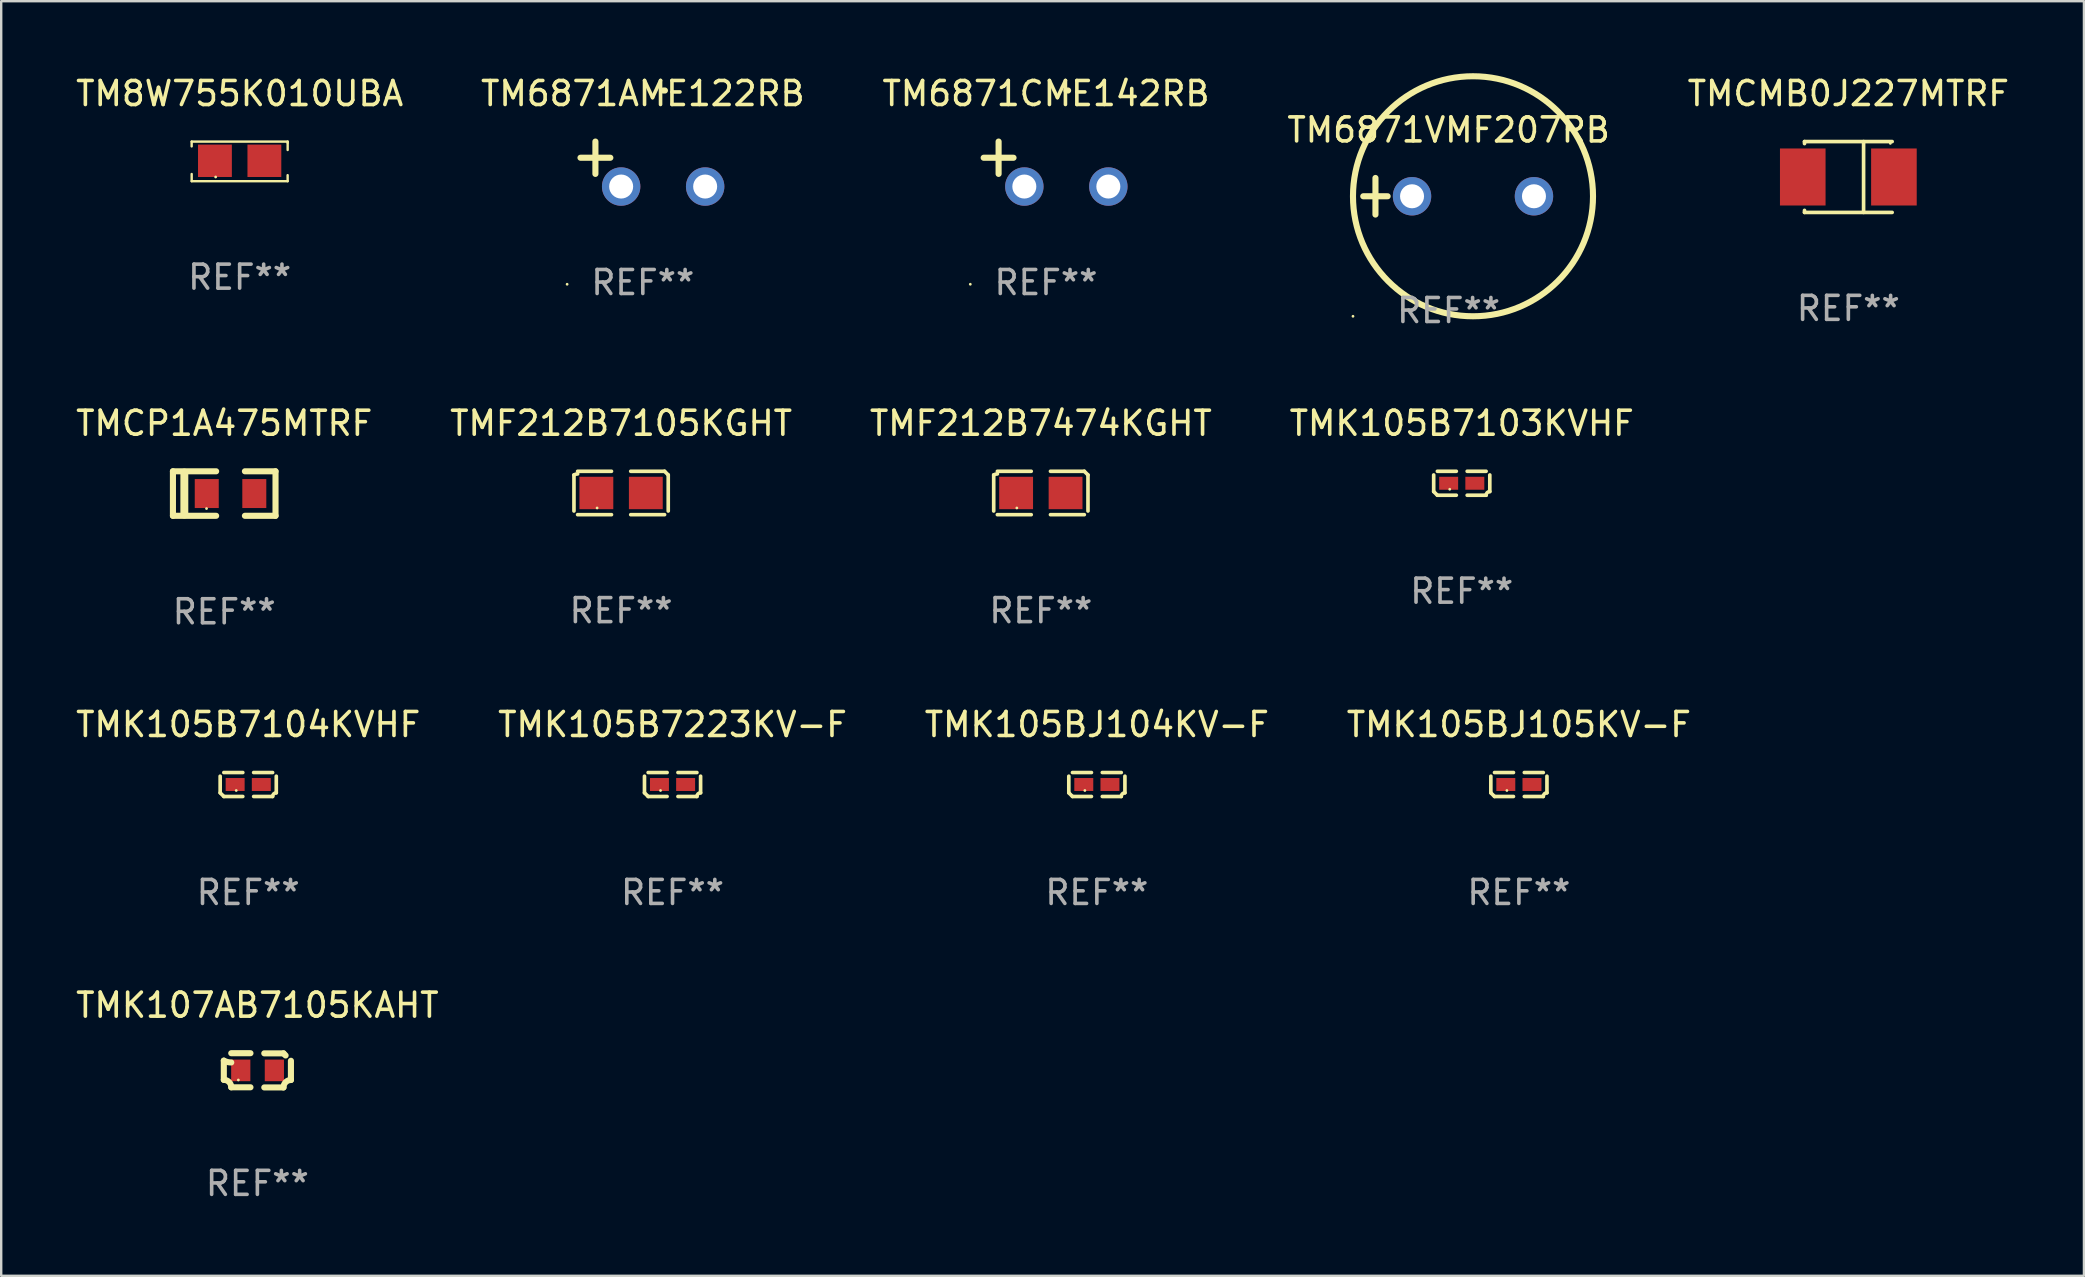
<source format=kicad_pcb>
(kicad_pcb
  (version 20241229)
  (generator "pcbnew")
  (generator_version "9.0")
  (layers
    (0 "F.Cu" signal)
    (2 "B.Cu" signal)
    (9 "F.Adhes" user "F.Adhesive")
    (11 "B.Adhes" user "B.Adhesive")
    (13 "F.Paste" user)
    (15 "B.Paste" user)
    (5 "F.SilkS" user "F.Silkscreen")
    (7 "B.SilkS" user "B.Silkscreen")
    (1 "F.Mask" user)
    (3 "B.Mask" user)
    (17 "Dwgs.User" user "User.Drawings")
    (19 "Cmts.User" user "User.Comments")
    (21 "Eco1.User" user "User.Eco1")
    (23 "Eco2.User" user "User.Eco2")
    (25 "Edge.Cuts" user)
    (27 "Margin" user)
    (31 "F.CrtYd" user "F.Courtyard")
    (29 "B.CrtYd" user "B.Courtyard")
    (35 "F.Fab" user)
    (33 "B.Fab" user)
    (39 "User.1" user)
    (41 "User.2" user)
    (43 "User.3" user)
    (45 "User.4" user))
  (footprint "TMK105BJ105KV-F"
    (layer "F.Cu")
    (at 60.232 29.635)
    (property "Reference" "TMK105BJ105KV-F" (at 0 -2.499 0) (layer "F.SilkS") (effects (font (size 1 1) (thickness 0.15))))
    (attr through_hole)
    (fp_line (start -1.169 0.346) (end -1.169 -0.346) (stroke (width 0.152) (type solid)) (layer "F.SilkS"))
    (fp_line (start -1.016 -0.499) (end -0.226 -0.499) (stroke (width 0.152) (type solid)) (layer "F.SilkS"))
    (fp_line (start -0.226 0.499) (end -1.016 0.499) (stroke (width 0.152) (type solid)) (layer "F.SilkS"))
    (fp_line (start 0.226 0.499) (end 1.016 0.499) (stroke (width 0.152) (type solid)) (layer "F.SilkS"))
    (fp_line (start 1.016 -0.499) (end 0.226 -0.499) (stroke (width 0.152) (type solid)) (layer "F.SilkS"))
    (fp_line (start 1.169 0.346) (end 1.169 -0.346) (stroke (width 0.152) (type solid)) (layer "F.SilkS"))
    (fp_arc (start -1.016307 0.498603) (mid -1.092512 0.422405) (end -1.16871 0.3462) (stroke (width 0.1524) (type solid)) (layer "F.SilkS"))
    (fp_arc (start 1.016307 0.498603) (mid 1.060899 0.390758) (end 1.168707 0.346076) (stroke (width 0.1524) (type solid)) (layer "F.SilkS"))
    (fp_circle (center -0.5 0.25) (end -0.47 0.25) (stroke (width 0.06) (type solid)) (fill no) (layer "F.SilkS"))
    (fp_text user "REF**" (at 0 4.499 0) (layer "F.Fab") (effects (font (size 1 1) (thickness 0.15))))
    (pad "1" smd rect (at -0.545 0) (size 0.79 0.54) (layers "F.Cu" "F.Mask" "F.Paste"))
    (pad "2" smd rect (at 0.545 0) (size 0.79 0.54) (layers "F.Cu" "F.Mask" "F.Paste")))
  (footprint "TMK105B7104KVHF"
    (layer "F.Cu")
    (at 7.292 29.635)
    (property "Reference" "TMK105B7104KVHF" (at 0 -2.499 0) (layer "F.SilkS") (effects (font (size 1 1) (thickness 0.15))))
    (attr through_hole)
    (fp_line (start -1.169 0.346) (end -1.169 -0.346) (stroke (width 0.152) (type solid)) (layer "F.SilkS"))
    (fp_line (start -1.016 -0.499) (end -0.226 -0.499) (stroke (width 0.152) (type solid)) (layer "F.SilkS"))
    (fp_line (start -0.226 0.499) (end -1.016 0.499) (stroke (width 0.152) (type solid)) (layer "F.SilkS"))
    (fp_line (start 0.226 0.499) (end 1.016 0.499) (stroke (width 0.152) (type solid)) (layer "F.SilkS"))
    (fp_line (start 1.016 -0.499) (end 0.226 -0.499) (stroke (width 0.152) (type solid)) (layer "F.SilkS"))
    (fp_line (start 1.169 0.346) (end 1.169 -0.346) (stroke (width 0.152) (type solid)) (layer "F.SilkS"))
    (fp_arc (start -1.016307 0.498603) (mid -1.092512 0.422405) (end -1.16871 0.3462) (stroke (width 0.1524) (type solid)) (layer "F.SilkS"))
    (fp_arc (start 1.016307 0.498603) (mid 1.060899 0.390758) (end 1.168707 0.346076) (stroke (width 0.1524) (type solid)) (layer "F.SilkS"))
    (fp_circle (center -0.5 0.25) (end -0.47 0.25) (stroke (width 0.06) (type solid)) (fill no) (layer "F.SilkS"))
    (fp_text user "REF**" (at 0 4.499 0) (layer "F.Fab") (effects (font (size 1 1) (thickness 0.15))))
    (pad "1" smd rect (at -0.545 0) (size 0.79 0.54) (layers "F.Cu" "F.Mask" "F.Paste"))
    (pad "2" smd rect (at 0.545 0) (size 0.79 0.54) (layers "F.Cu" "F.Mask" "F.Paste")))
  (footprint "TM6871VMF207RB"
    (layer "F.Cu")
    (at 57.304 5.127)
    (property "Reference" "TM6871VMF207RB" (at 0 -2.762 0) (layer "F.SilkS") (effects (font (size 1 1) (thickness 0.15))))
    (attr through_hole)
    (fp_line (start -3.556 0) (end -2.54 0) (stroke (width 0.254) (type solid)) (layer "F.SilkS"))
    (fp_line (start -3.048 -0.762) (end -3.048 0.762) (stroke (width 0.254) (type solid)) (layer "F.SilkS"))
    (fp_circle (center -3.984 5) (end -3.954 5) (stroke (width 0.06) (type solid)) (fill no) (layer "F.SilkS"))
    (fp_circle (center 1.016 0) (end 6.016 0) (stroke (width 0.254) (type solid)) (fill no) (layer "F.SilkS"))
    (fp_text user "REF**" (at 0 4.762 0) (layer "F.Fab") (effects (font (size 1 1) (thickness 0.15))))
    (pad "1" thru_hole circle (at -1.524 0) (size 1.6 1.6) (drill 1) (layers "*.Cu" "*.Mask"))
    (pad "2" thru_hole circle (at 3.556 0) (size 1.6 1.6) (drill 1) (layers "*.Cu" "*.Mask")))
  (footprint "TMF212B7105KGHT"
    (layer "F.Cu")
    (at 22.827 17.489)
    (property "Reference" "TMF212B7105KGHT" (at 0 -2.904 0) (layer "F.SilkS") (effects (font (size 1 1) (thickness 0.15))))
    (attr through_hole)
    (fp_line (start -1.964 0.751) (end -1.964 -0.751) (stroke (width 0.152) (type solid)) (layer "F.SilkS"))
    (fp_line (start -1.811 -0.904) (end -0.401 -0.904) (stroke (width 0.152) (type solid)) (layer "F.SilkS"))
    (fp_line (start -0.401 0.904) (end -1.811 0.904) (stroke (width 0.152) (type solid)) (layer "F.SilkS"))
    (fp_line (start 0.401 0.904) (end 1.811 0.904) (stroke (width 0.152) (type solid)) (layer "F.SilkS"))
    (fp_line (start 1.811 -0.904) (end 0.401 -0.904) (stroke (width 0.152) (type solid)) (layer "F.SilkS"))
    (fp_line (start 1.964 0.751) (end 1.964 -0.751) (stroke (width 0.152) (type solid)) (layer "F.SilkS"))
    (fp_arc (start -1.963602 -0.751207) (mid -1.890354 -0.783131) (end -1.811201 -0.794044) (stroke (width 0.1524) (type solid)) (layer "F.SilkS"))
    (fp_arc (start 1.811202 -0.903607) (mid 1.887413 -0.827418) (end 1.963602 -0.751207) (stroke (width 0.1524) (type solid)) (layer "F.SilkS"))
    (fp_circle (center -1 0.625) (end -0.97 0.625) (stroke (width 0.06) (type solid)) (fill no) (layer "F.SilkS"))
    (fp_text user "REF**" (at 0 4.904 0) (layer "F.Fab") (effects (font (size 1 1) (thickness 0.15))))
    (pad "1" smd rect (at -1.03 0) (size 1.41 1.35) (layers "F.Cu" "F.Mask" "F.Paste"))
    (pad "2" smd rect (at 1.03 0) (size 1.41 1.35) (layers "F.Cu" "F.Mask" "F.Paste")))
  (footprint "TMK105B7103KVHF"
    (layer "F.Cu")
    (at 57.851 17.084)
    (property "Reference" "TMK105B7103KVHF" (at 0 -2.499 0) (layer "F.SilkS") (effects (font (size 1 1) (thickness 0.15))))
    (attr through_hole)
    (fp_line (start -1.169 0.346) (end -1.169 -0.346) (stroke (width 0.152) (type solid)) (layer "F.SilkS"))
    (fp_line (start -1.016 -0.499) (end -0.226 -0.499) (stroke (width 0.152) (type solid)) (layer "F.SilkS"))
    (fp_line (start -0.226 0.499) (end -1.016 0.499) (stroke (width 0.152) (type solid)) (layer "F.SilkS"))
    (fp_line (start 0.226 0.499) (end 1.016 0.499) (stroke (width 0.152) (type solid)) (layer "F.SilkS"))
    (fp_line (start 1.016 -0.499) (end 0.226 -0.499) (stroke (width 0.152) (type solid)) (layer "F.SilkS"))
    (fp_line (start 1.169 0.346) (end 1.169 -0.346) (stroke (width 0.152) (type solid)) (layer "F.SilkS"))
    (fp_arc (start -1.016307 0.498603) (mid -1.092512 0.422405) (end -1.16871 0.3462) (stroke (width 0.1524) (type solid)) (layer "F.SilkS"))
    (fp_arc (start 1.016307 0.498603) (mid 1.060899 0.390758) (end 1.168707 0.346076) (stroke (width 0.1524) (type solid)) (layer "F.SilkS"))
    (fp_circle (center -0.5 0.25) (end -0.47 0.25) (stroke (width 0.06) (type solid)) (fill no) (layer "F.SilkS"))
    (fp_text user "REF**" (at 0 4.499 0) (layer "F.Fab") (effects (font (size 1 1) (thickness 0.15))))
    (pad "1" smd rect (at -0.545 0) (size 0.79 0.54) (layers "F.Cu" "F.Mask" "F.Paste"))
    (pad "2" smd rect (at 0.545 0) (size 0.79 0.54) (layers "F.Cu" "F.Mask" "F.Paste")))
  (footprint "TMCP1A475MTRF"
    (layer "F.Cu")
    (at 6.292 17.513)
    (property "Reference" "TMCP1A475MTRF" (at 0 -2.927 0) (layer "F.SilkS") (effects (font (size 1 1) (thickness 0.15))))
    (attr through_hole)
    (fp_line (start -2.137 0.927) (end -2.137 -0.927) (stroke (width 0.254) (type solid)) (layer "F.SilkS"))
    (fp_line (start -1.662 0.874) (end -1.662 -0.874) (stroke (width 0.33) (type solid)) (layer "F.SilkS"))
    (fp_line (start -0.337 -0.927) (end -2.137 -0.927) (stroke (width 0.254) (type solid)) (layer "F.SilkS"))
    (fp_line (start -0.337 0.927) (end -2.137 0.927) (stroke (width 0.254) (type solid)) (layer "F.SilkS"))
    (fp_line (start 0.862 0.927) (end 2.137 0.927) (stroke (width 0.254) (type solid)) (layer "F.SilkS"))
    (fp_line (start 2.137 -0.927) (end 0.862 -0.927) (stroke (width 0.254) (type solid)) (layer "F.SilkS"))
    (fp_line (start 2.137 0.927) (end 2.137 -0.927) (stroke (width 0.254) (type solid)) (layer "F.SilkS"))
    (fp_circle (center -0.737 0.625) (end -0.707 0.625) (stroke (width 0.06) (type solid)) (fill no) (layer "F.SilkS"))
    (fp_text user "REF**" (at 0 4.927 0) (layer "F.Fab") (effects (font (size 1 1) (thickness 0.15))))
    (pad "1" smd rect (at -0.728 0) (size 1 1.207) (layers "F.Cu" "F.Mask" "F.Paste"))
    (pad "2" smd rect (at 1.253 0) (size 1 1.207) (layers "F.Cu" "F.Mask" "F.Paste")))
  (footprint "TMK105BJ104KV-F"
    (layer "F.Cu")
    (at 42.649 29.635)
    (property "Reference" "TMK105BJ104KV-F" (at 0 -2.499 0) (layer "F.SilkS") (effects (font (size 1 1) (thickness 0.15))))
    (attr through_hole)
    (fp_line (start -1.169 0.346) (end -1.169 -0.346) (stroke (width 0.152) (type solid)) (layer "F.SilkS"))
    (fp_line (start -1.016 -0.499) (end -0.226 -0.499) (stroke (width 0.152) (type solid)) (layer "F.SilkS"))
    (fp_line (start -0.226 0.499) (end -1.016 0.499) (stroke (width 0.152) (type solid)) (layer "F.SilkS"))
    (fp_line (start 0.226 0.499) (end 1.016 0.499) (stroke (width 0.152) (type solid)) (layer "F.SilkS"))
    (fp_line (start 1.016 -0.499) (end 0.226 -0.499) (stroke (width 0.152) (type solid)) (layer "F.SilkS"))
    (fp_line (start 1.169 0.346) (end 1.169 -0.346) (stroke (width 0.152) (type solid)) (layer "F.SilkS"))
    (fp_arc (start -1.016307 0.498603) (mid -1.092512 0.422405) (end -1.16871 0.3462) (stroke (width 0.1524) (type solid)) (layer "F.SilkS"))
    (fp_arc (start 1.016307 0.498603) (mid 1.060899 0.390758) (end 1.168707 0.346076) (stroke (width 0.1524) (type solid)) (layer "F.SilkS"))
    (fp_circle (center -0.5 0.25) (end -0.47 0.25) (stroke (width 0.06) (type solid)) (fill no) (layer "F.SilkS"))
    (fp_text user "REF**" (at 0 4.499 0) (layer "F.Fab") (effects (font (size 1 1) (thickness 0.15))))
    (pad "1" smd rect (at -0.545 0) (size 0.79 0.54) (layers "F.Cu" "F.Mask" "F.Paste"))
    (pad "2" smd rect (at 0.545 0) (size 0.79 0.54) (layers "F.Cu" "F.Mask" "F.Paste")))
  (footprint "TMF212B7474KGHT"
    (layer "F.Cu")
    (at 40.315 17.489)
    (property "Reference" "TMF212B7474KGHT" (at 0 -2.904 0) (layer "F.SilkS") (effects (font (size 1 1) (thickness 0.15))))
    (attr through_hole)
    (fp_line (start -1.964 0.751) (end -1.964 -0.751) (stroke (width 0.152) (type solid)) (layer "F.SilkS"))
    (fp_line (start -1.811 -0.904) (end -0.401 -0.904) (stroke (width 0.152) (type solid)) (layer "F.SilkS"))
    (fp_line (start -0.401 0.904) (end -1.811 0.904) (stroke (width 0.152) (type solid)) (layer "F.SilkS"))
    (fp_line (start 0.401 0.904) (end 1.811 0.904) (stroke (width 0.152) (type solid)) (layer "F.SilkS"))
    (fp_line (start 1.811 -0.904) (end 0.401 -0.904) (stroke (width 0.152) (type solid)) (layer "F.SilkS"))
    (fp_line (start 1.964 0.751) (end 1.964 -0.751) (stroke (width 0.152) (type solid)) (layer "F.SilkS"))
    (fp_arc (start -1.963602 -0.751207) (mid -1.890354 -0.783131) (end -1.811201 -0.794044) (stroke (width 0.1524) (type solid)) (layer "F.SilkS"))
    (fp_arc (start 1.811202 -0.903607) (mid 1.887413 -0.827418) (end 1.963602 -0.751207) (stroke (width 0.1524) (type solid)) (layer "F.SilkS"))
    (fp_circle (center -1 0.625) (end -0.97 0.625) (stroke (width 0.06) (type solid)) (fill no) (layer "F.SilkS"))
    (fp_text user "REF**" (at 0 4.904 0) (layer "F.Fab") (effects (font (size 1 1) (thickness 0.15))))
    (pad "1" smd rect (at -1.03 0) (size 1.41 1.35) (layers "F.Cu" "F.Mask" "F.Paste"))
    (pad "2" smd rect (at 1.03 0) (size 1.41 1.35) (layers "F.Cu" "F.Mask" "F.Paste")))
  (footprint "TM6871CME142RB"
    (layer "F.Cu")
    (at 40.53 3.785)
    (property "Reference" "TM6871CME142RB" (at 0 -2.937 0) (layer "F.SilkS") (effects (font (size 1 1) (thickness 0.15))))
    (attr through_hole)
    (fp_line (start -1.975 0.41) (end -1.975 -0.937) (stroke (width 0.254) (type solid)) (layer "F.SilkS"))
    (fp_line (start -1.353 -0.263) (end -2.597 -0.263) (stroke (width 0.254) (type solid)) (layer "F.SilkS"))
    (fp_arc (start 0.849809 -3.063957) (mid 0.885369 -3.064114) (end 0.920929 -3.063957) (stroke (width 0.254001) (type solid)) (layer "F.SilkS"))
    (fp_circle (center -3.154 5.008) (end -3.124 5.008) (stroke (width 0.06) (type solid)) (fill no) (layer "F.SilkS"))
    (fp_text user "REF**" (at 0 4.937 0) (layer "F.Fab") (effects (font (size 1 1) (thickness 0.15))))
    (pad "1" thru_hole circle (at -0.903 0.937) (size 1.6 1.6) (drill 1) (layers "*.Cu" "*.Mask"))
    (pad "2" thru_hole circle (at 2.597 0.937) (size 1.6 1.6) (drill 1) (layers "*.Cu" "*.Mask")))
  (footprint "TM8W755K010UBA"
    (layer "F.Cu")
    (at 6.935 3.674)
    (property "Reference" "TM8W755K010UBA" (at 0 -2.825 0) (layer "F.SilkS") (effects (font (size 1 1) (thickness 0.15))))
    (attr through_hole)
    (fp_line (start -2 -0.825) (end -2 -0.625) (stroke (width 0.1) (type solid)) (layer "F.SilkS"))
    (fp_line (start -1.999 0.825) (end -1.999 0.526) (stroke (width 0.1) (type solid)) (layer "F.SilkS"))
    (fp_line (start 1.999 0.574) (end 1.999 0.825) (stroke (width 0.1) (type solid)) (layer "F.SilkS"))
    (fp_line (start 1.999 0.825) (end -1.999 0.825) (stroke (width 0.1) (type solid)) (layer "F.SilkS"))
    (fp_line (start 2 -0.825) (end -2 -0.825) (stroke (width 0.1) (type solid)) (layer "F.SilkS"))
    (fp_line (start 2 -0.775) (end 2 -0.825) (stroke (width 0.1) (type solid)) (layer "F.SilkS"))
    (fp_line (start 2 -0.475) (end 2 -0.775) (stroke (width 0.1) (type solid)) (layer "F.SilkS"))
    (fp_circle (center -1 0.65) (end -0.97 0.65) (stroke (width 0.06) (type solid)) (fill no) (layer "F.SilkS"))
    (fp_text user "REF**" (at 0 4.825 0) (layer "F.Fab") (effects (font (size 1 1) (thickness 0.15))))
    (pad "1" smd rect (at -1.03 -0.025) (size 1.41 1.35) (layers "F.Cu" "F.Mask" "F.Paste"))
    (pad "2" smd rect (at 1.03 -0.025) (size 1.41 1.35) (layers "F.Cu" "F.Mask" "F.Paste")))
  (footprint "TMCMB0J227MTRF"
    (layer "F.Cu")
    (at 73.958 4.324)
    (property "Reference" "TMCMB0J227MTRF" (at 0 -3.476 0) (layer "F.SilkS") (effects (font (size 1 1) (thickness 0.15))))
    (attr through_hole)
    (fp_line (start -1.826 -1.476) (end -1.826 -1.391) (stroke (width 0.152) (type solid)) (layer "F.SilkS"))
    (fp_line (start -1.826 -1.476) (end 1.826 -1.476) (stroke (width 0.152) (type solid)) (layer "F.SilkS"))
    (fp_line (start -1.826 1.476) (end -1.826 1.391) (stroke (width 0.152) (type solid)) (layer "F.SilkS"))
    (fp_line (start -1.826 1.476) (end 1.826 1.476) (stroke (width 0.152) (type solid)) (layer "F.SilkS"))
    (fp_line (start 0.635 -1.476) (end 0.635 1.476) (stroke (width 0.152) (type solid)) (layer "F.SilkS"))
    (fp_circle (center 1.75 -1.4) (end 1.78 -1.4) (stroke (width 0.06) (type solid)) (fill no) (layer "F.SilkS"))
    (fp_text user "REF**" (at 0 5.476 0) (layer "F.Fab") (effects (font (size 1 1) (thickness 0.15))))
    (pad "1" smd rect (at 1.899 0) (size 1.9 2.376) (layers "F.Cu" "F.Mask" "F.Paste"))
    (pad "2" smd rect (at -1.899 0) (size 1.9 2.376) (layers "F.Cu" "F.Mask" "F.Paste")))
  (footprint "TM6871AME122RB"
    (layer "F.Cu")
    (at 23.732 3.785)
    (property "Reference" "TM6871AME122RB" (at 0 -2.937 0) (layer "F.SilkS") (effects (font (size 1 1) (thickness 0.15))))
    (attr through_hole)
    (fp_line (start -1.975 0.41) (end -1.975 -0.937) (stroke (width 0.254) (type solid)) (layer "F.SilkS"))
    (fp_line (start -1.353 -0.263) (end -2.597 -0.263) (stroke (width 0.254) (type solid)) (layer "F.SilkS"))
    (fp_arc (start 0.849809 -3.063957) (mid 0.885369 -3.064114) (end 0.920929 -3.063957) (stroke (width 0.254001) (type solid)) (layer "F.SilkS"))
    (fp_circle (center -3.154 5.008) (end -3.124 5.008) (stroke (width 0.06) (type solid)) (fill no) (layer "F.SilkS"))
    (fp_text user "REF**" (at 0 4.937 0) (layer "F.Fab") (effects (font (size 1 1) (thickness 0.15))))
    (pad "1" thru_hole circle (at -0.903 0.937) (size 1.6 1.6) (drill 1) (layers "*.Cu" "*.Mask"))
    (pad "2" thru_hole circle (at 2.597 0.937) (size 1.6 1.6) (drill 1) (layers "*.Cu" "*.Mask")))
  (footprint "TMK105B7223KV-F"
    (layer "F.Cu")
    (at 24.97 29.635)
    (property "Reference" "TMK105B7223KV-F" (at 0 -2.499 0) (layer "F.SilkS") (effects (font (size 1 1) (thickness 0.15))))
    (attr through_hole)
    (fp_line (start -1.169 0.346) (end -1.169 -0.346) (stroke (width 0.152) (type solid)) (layer "F.SilkS"))
    (fp_line (start -1.016 -0.499) (end -0.226 -0.499) (stroke (width 0.152) (type solid)) (layer "F.SilkS"))
    (fp_line (start -0.226 0.499) (end -1.016 0.499) (stroke (width 0.152) (type solid)) (layer "F.SilkS"))
    (fp_line (start 0.226 0.499) (end 1.016 0.499) (stroke (width 0.152) (type solid)) (layer "F.SilkS"))
    (fp_line (start 1.016 -0.499) (end 0.226 -0.499) (stroke (width 0.152) (type solid)) (layer "F.SilkS"))
    (fp_line (start 1.169 0.346) (end 1.169 -0.346) (stroke (width 0.152) (type solid)) (layer "F.SilkS"))
    (fp_arc (start -1.016307 0.498603) (mid -1.092512 0.422405) (end -1.16871 0.3462) (stroke (width 0.1524) (type solid)) (layer "F.SilkS"))
    (fp_arc (start 1.016307 0.498603) (mid 1.060899 0.390758) (end 1.168707 0.346076) (stroke (width 0.1524) (type solid)) (layer "F.SilkS"))
    (fp_circle (center -0.5 0.25) (end -0.47 0.25) (stroke (width 0.06) (type solid)) (fill no) (layer "F.SilkS"))
    (fp_text user "REF**" (at 0 4.499 0) (layer "F.Fab") (effects (font (size 1 1) (thickness 0.15))))
    (pad "1" smd rect (at -0.545 0) (size 0.79 0.54) (layers "F.Cu" "F.Mask" "F.Paste"))
    (pad "2" smd rect (at 0.545 0) (size 0.79 0.54) (layers "F.Cu" "F.Mask" "F.Paste")))
  (footprint "TMK107AB7105KAHT"
    (layer "F.Cu")
    (at 7.673 41.543)
    (property "Reference" "TMK107AB7105KAHT" (at 0 -2.713 0) (layer "F.SilkS") (effects (font (size 1 1) (thickness 0.15))))
    (attr through_hole)
    (fp_line (start -1.398 -0.403) (end -1.398 0.397) (stroke (width 0.254) (type solid)) (layer "F.SilkS"))
    (fp_line (start -0.288 -0.713) (end -1.088 -0.713) (stroke (width 0.254) (type solid)) (layer "F.SilkS"))
    (fp_line (start -0.288 0.707) (end -1.088 0.707) (stroke (width 0.254) (type solid)) (layer "F.SilkS"))
    (fp_line (start 0.288 -0.707) (end 1.088 -0.707) (stroke (width 0.254) (type solid)) (layer "F.SilkS"))
    (fp_line (start 0.288 0.713) (end 1.088 0.713) (stroke (width 0.254) (type solid)) (layer "F.SilkS"))
    (fp_line (start 1.398 -0.397) (end 1.398 0.403) (stroke (width 0.254) (type solid)) (layer "F.SilkS"))
    (fp_arc (start -1.397789 0.397066) (mid -1.178701 0.487826) (end -1.08796 0.706922) (stroke (width 0.254001) (type solid)) (layer "F.SilkS"))
    (fp_arc (start -1.08796 -0.327176) (mid -1.247436 -0.346384) (end -1.39779 -0.402908) (stroke (width 0.254001) (type solid)) (layer "F.SilkS"))
    (fp_arc (start 1.087909 0.712738) (mid 1.178656 0.493655) (end 1.397739 0.402908) (stroke (width 0.254001) (type solid)) (layer "F.SilkS"))
    (fp_arc (start 1.175925 -0.618926) (mid 1.131917 -0.662923) (end 1.08791 -0.706922) (stroke (width 0.254001) (type solid)) (layer "F.SilkS"))
    (fp_circle (center -0.792 0.403) (end -0.762 0.403) (stroke (width 0.06) (type solid)) (fill no) (layer "F.SilkS"))
    (fp_text user "REF**" (at 0 4.713 0) (layer "F.Fab") (effects (font (size 1 1) (thickness 0.15))))
    (pad "1" smd rect (at -0.692 0.003) (size 0.8 0.9) (layers "F.Cu" "F.Mask" "F.Paste"))
    (pad "2" smd rect (at 0.708 0.003) (size 0.8 0.9) (layers "F.Cu" "F.Mask" "F.Paste")))
  (gr_rect
    (start -3 -3)
    (end 83.774 50.104)
    (stroke (width 0.1) (type default))
    (fill no)
    (layer "Edge.Cuts")))
</source>
